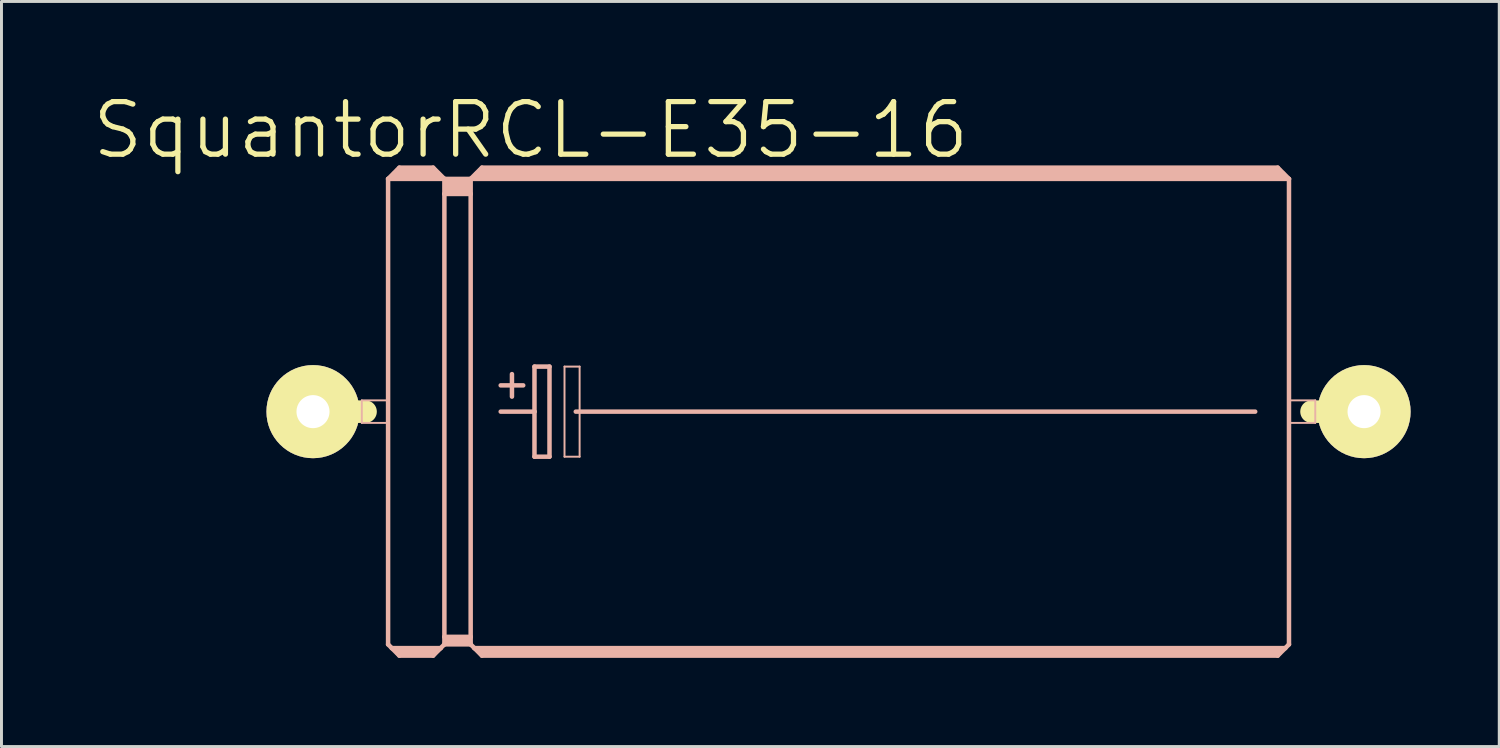
<source format=kicad_pcb>
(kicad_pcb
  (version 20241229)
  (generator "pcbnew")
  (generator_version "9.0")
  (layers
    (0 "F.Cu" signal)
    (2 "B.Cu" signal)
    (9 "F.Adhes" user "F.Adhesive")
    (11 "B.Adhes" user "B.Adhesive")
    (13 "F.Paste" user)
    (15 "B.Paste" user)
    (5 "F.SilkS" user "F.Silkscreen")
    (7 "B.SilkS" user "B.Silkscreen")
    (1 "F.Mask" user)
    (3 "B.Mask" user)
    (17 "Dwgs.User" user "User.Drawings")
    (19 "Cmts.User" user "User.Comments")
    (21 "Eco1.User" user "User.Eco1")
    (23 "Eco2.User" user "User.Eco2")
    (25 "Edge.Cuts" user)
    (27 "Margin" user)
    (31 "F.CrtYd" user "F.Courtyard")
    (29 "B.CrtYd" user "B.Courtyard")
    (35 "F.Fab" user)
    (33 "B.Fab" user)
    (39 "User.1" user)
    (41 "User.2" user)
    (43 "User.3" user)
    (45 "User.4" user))
  (footprint "SquantorRCL-E35-16"
    (layer "F.Cu")
    (at 25.32 10.877)
    (property "Reference" "SquantorRCL-E35-16" (at -10.414 -9.525 0) (layer "F.SilkS") (effects (font (size 1.778 1.778) (thickness 0.178))))
    (attr exclude_from_pos_files exclude_from_bom)
    (fp_line (start -17.78 0) (end -16.002 0) (stroke (width 0.762) (type solid)) (layer "F.SilkS"))
    (fp_line (start 17.78 0) (end 16.002 0) (stroke (width 0.762) (type solid)) (layer "F.SilkS"))
    (fp_line (start -16.129 -0.381) (end -15.24 -0.381) (stroke (width 0.066) (type solid)) (layer "B.SilkS"))
    (fp_line (start -16.129 0.381) (end -16.129 -0.381) (stroke (width 0.066) (type solid)) (layer "B.SilkS"))
    (fp_line (start -16.129 0.381) (end -15.24 0.381) (stroke (width 0.066) (type solid)) (layer "B.SilkS"))
    (fp_line (start -15.24 -7.874) (end -15.24 7.874) (stroke (width 0.152) (type solid)) (layer "B.SilkS"))
    (fp_line (start -15.24 -7.874) (end -14.859 -8.255) (stroke (width 0.152) (type solid)) (layer "B.SilkS"))
    (fp_line (start -15.24 -7.874) (end -13.335 -7.874) (stroke (width 0.152) (type solid)) (layer "B.SilkS"))
    (fp_line (start -15.24 0.381) (end -15.24 -0.381) (stroke (width 0.066) (type solid)) (layer "B.SilkS"))
    (fp_line (start -15.24 7.874) (end -15.113 8.001) (stroke (width 0.152) (type solid)) (layer "B.SilkS"))
    (fp_line (start -15.113 8.001) (end -14.859 8.255) (stroke (width 0.152) (type solid)) (layer "B.SilkS"))
    (fp_line (start -15.113 8.001) (end -13.462 8.001) (stroke (width 0.152) (type solid)) (layer "B.SilkS"))
    (fp_line (start -14.986 -8.001) (end -13.589 -8.001) (stroke (width 0.305) (type solid)) (layer "B.SilkS"))
    (fp_line (start -14.859 -8.255) (end -13.716 -8.255) (stroke (width 0.152) (type solid)) (layer "B.SilkS"))
    (fp_line (start -14.859 -8.128) (end -13.716 -8.128) (stroke (width 0.305) (type solid)) (layer "B.SilkS"))
    (fp_line (start -14.859 8.128) (end -13.716 8.128) (stroke (width 0.305) (type solid)) (layer "B.SilkS"))
    (fp_line (start -14.859 8.255) (end -13.716 8.255) (stroke (width 0.152) (type solid)) (layer "B.SilkS"))
    (fp_line (start -13.462 8.001) (end -13.716 8.255) (stroke (width 0.152) (type solid)) (layer "B.SilkS"))
    (fp_line (start -13.335 -7.874) (end -13.716 -8.255) (stroke (width 0.152) (type solid)) (layer "B.SilkS"))
    (fp_line (start -13.335 -7.874) (end -13.335 -7.366) (stroke (width 0.152) (type solid)) (layer "B.SilkS"))
    (fp_line (start -13.335 -7.874) (end -12.446 -7.874) (stroke (width 0.152) (type solid)) (layer "B.SilkS"))
    (fp_line (start -13.335 -7.366) (end -13.335 7.62) (stroke (width 0.152) (type solid)) (layer "B.SilkS"))
    (fp_line (start -13.335 -7.366) (end -12.446 -7.366) (stroke (width 0.152) (type solid)) (layer "B.SilkS"))
    (fp_line (start -13.335 7.62) (end -13.335 7.874) (stroke (width 0.152) (type solid)) (layer "B.SilkS"))
    (fp_line (start -13.335 7.62) (end -12.446 7.62) (stroke (width 0.152) (type solid)) (layer "B.SilkS"))
    (fp_line (start -13.335 7.874) (end -13.462 8.001) (stroke (width 0.152) (type solid)) (layer "B.SilkS"))
    (fp_line (start -13.335 7.874) (end -12.446 7.874) (stroke (width 0.152) (type solid)) (layer "B.SilkS"))
    (fp_line (start -13.208 -7.747) (end -12.573 -7.747) (stroke (width 0.305) (type solid)) (layer "B.SilkS"))
    (fp_line (start -13.208 -7.493) (end -12.573 -7.493) (stroke (width 0.305) (type solid)) (layer "B.SilkS"))
    (fp_line (start -13.208 7.747) (end -12.573 7.747) (stroke (width 0.305) (type solid)) (layer "B.SilkS"))
    (fp_line (start -12.446 -7.874) (end -12.446 -7.366) (stroke (width 0.152) (type solid)) (layer "B.SilkS"))
    (fp_line (start -12.446 -7.874) (end -12.065 -8.255) (stroke (width 0.152) (type solid)) (layer "B.SilkS"))
    (fp_line (start -12.446 -7.874) (end 15.24 -7.874) (stroke (width 0.152) (type solid)) (layer "B.SilkS"))
    (fp_line (start -12.446 -7.366) (end -12.446 7.62) (stroke (width 0.152) (type solid)) (layer "B.SilkS"))
    (fp_line (start -12.446 7.62) (end -12.446 7.874) (stroke (width 0.152) (type solid)) (layer "B.SilkS"))
    (fp_line (start -12.319 8.001) (end -12.446 7.874) (stroke (width 0.152) (type solid)) (layer "B.SilkS"))
    (fp_line (start -12.319 8.001) (end 15.113 8.001) (stroke (width 0.152) (type solid)) (layer "B.SilkS"))
    (fp_line (start -12.192 -8.001) (end 14.986 -8.001) (stroke (width 0.305) (type solid)) (layer "B.SilkS"))
    (fp_line (start -12.065 -8.128) (end 14.859 -8.128) (stroke (width 0.305) (type solid)) (layer "B.SilkS"))
    (fp_line (start -12.065 8.128) (end 14.859 8.128) (stroke (width 0.305) (type solid)) (layer "B.SilkS"))
    (fp_line (start -12.065 8.255) (end -12.319 8.001) (stroke (width 0.152) (type solid)) (layer "B.SilkS"))
    (fp_line (start -11.43 -0.889) (end -10.668 -0.889) (stroke (width 0.152) (type solid)) (layer "B.SilkS"))
    (fp_line (start -11.43 0) (end -10.287 0) (stroke (width 0.152) (type solid)) (layer "B.SilkS"))
    (fp_line (start -11.049 -1.27) (end -11.049 -0.508) (stroke (width 0.152) (type solid)) (layer "B.SilkS"))
    (fp_line (start -10.287 -1.524) (end -10.287 0) (stroke (width 0.152) (type solid)) (layer "B.SilkS"))
    (fp_line (start -10.287 0) (end -10.287 1.524) (stroke (width 0.152) (type solid)) (layer "B.SilkS"))
    (fp_line (start -10.287 1.524) (end -9.779 1.524) (stroke (width 0.152) (type solid)) (layer "B.SilkS"))
    (fp_line (start -9.779 -1.524) (end -10.287 -1.524) (stroke (width 0.152) (type solid)) (layer "B.SilkS"))
    (fp_line (start -9.779 1.524) (end -9.779 -1.524) (stroke (width 0.152) (type solid)) (layer "B.SilkS"))
    (fp_line (start -9.271 -1.524) (end -8.76 -1.524) (stroke (width 0.066) (type solid)) (layer "B.SilkS"))
    (fp_line (start -9.271 1.524) (end -9.271 -1.524) (stroke (width 0.066) (type solid)) (layer "B.SilkS"))
    (fp_line (start -9.271 1.524) (end -8.76 1.524) (stroke (width 0.066) (type solid)) (layer "B.SilkS"))
    (fp_line (start -8.89 0) (end 14.097 0) (stroke (width 0.152) (type solid)) (layer "B.SilkS"))
    (fp_line (start -8.76 1.524) (end -8.76 -1.524) (stroke (width 0.066) (type solid)) (layer "B.SilkS"))
    (fp_line (start 14.859 -8.255) (end -12.065 -8.255) (stroke (width 0.152) (type solid)) (layer "B.SilkS"))
    (fp_line (start 14.859 8.255) (end -12.065 8.255) (stroke (width 0.152) (type solid)) (layer "B.SilkS"))
    (fp_line (start 15.113 8.001) (end 14.859 8.255) (stroke (width 0.152) (type solid)) (layer "B.SilkS"))
    (fp_line (start 15.24 -7.874) (end 14.859 -8.255) (stroke (width 0.152) (type solid)) (layer "B.SilkS"))
    (fp_line (start 15.24 -7.874) (end 15.24 7.874) (stroke (width 0.152) (type solid)) (layer "B.SilkS"))
    (fp_line (start 15.24 -0.381) (end 16.129 -0.381) (stroke (width 0.066) (type solid)) (layer "B.SilkS"))
    (fp_line (start 15.24 0.381) (end 15.24 -0.381) (stroke (width 0.066) (type solid)) (layer "B.SilkS"))
    (fp_line (start 15.24 0.381) (end 16.129 0.381) (stroke (width 0.066) (type solid)) (layer "B.SilkS"))
    (fp_line (start 15.24 7.874) (end 15.113 8.001) (stroke (width 0.152) (type solid)) (layer "B.SilkS"))
    (fp_line (start 16.129 0.381) (end 16.129 -0.381) (stroke (width 0.066) (type solid)) (layer "B.SilkS"))
    (pad "+" thru_hole circle (at -17.78 0) (size 3.15 3.15) (drill 1.118) (layers "*.Cu" "F.Mask" "F.SilkS" "F.Paste"))
    (pad "-" thru_hole circle (at 17.78 0) (size 3.15 3.15) (drill 1.118) (layers "*.Cu" "F.Mask" "F.SilkS" "F.Paste")))
  (gr_rect
    (start -3 -3)
    (end 47.674 22.208)
    (stroke (width 0.1) (type default))
    (fill no)
    (layer "Edge.Cuts")))
</source>
